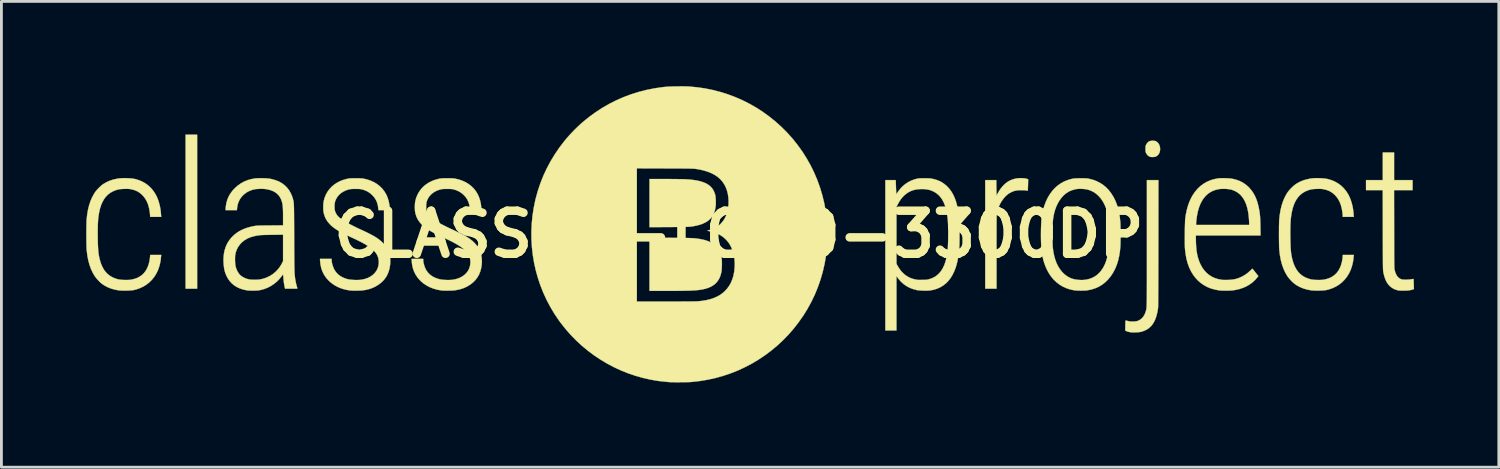
<source format=kicad_pcb>
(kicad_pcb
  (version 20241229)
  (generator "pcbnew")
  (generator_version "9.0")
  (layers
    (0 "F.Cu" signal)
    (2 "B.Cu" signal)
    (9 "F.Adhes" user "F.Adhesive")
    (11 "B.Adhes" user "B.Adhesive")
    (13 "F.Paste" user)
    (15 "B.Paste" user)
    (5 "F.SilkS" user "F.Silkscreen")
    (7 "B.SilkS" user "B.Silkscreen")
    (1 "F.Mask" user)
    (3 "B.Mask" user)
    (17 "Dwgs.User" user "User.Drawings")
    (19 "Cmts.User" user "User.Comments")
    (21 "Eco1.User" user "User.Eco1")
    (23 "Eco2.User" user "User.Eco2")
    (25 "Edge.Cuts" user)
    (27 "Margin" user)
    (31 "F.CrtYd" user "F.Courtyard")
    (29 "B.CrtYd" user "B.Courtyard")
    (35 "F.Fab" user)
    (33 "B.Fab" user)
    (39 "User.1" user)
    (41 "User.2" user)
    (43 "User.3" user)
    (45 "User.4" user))
  (footprint "CLASSBP-LOGO-3300DPI"
    (layer "F.Cu")
    (at 23.45 5.238)
    (property "Reference" "CLASSBP-LOGO-3300DPI" (at 0 0 0) (layer "F.SilkS") (effects (font (size 1.524 1.524) (thickness 0.3))))
    (attr through_hole)
    (fp_poly (pts (xy -19.527 1.924) (xy -19.935 1.924) (xy -19.935 -3.525) (xy -19.527 -3.525) (xy -19.527 1.924)) (stroke (width 0.01) (type solid)) (fill yes) (layer "F.SilkS"))
    (fp_poly (pts (xy 14.312 -3.308) (xy 14.352 -3.303) (xy 14.369 -3.299) (xy 14.417 -3.275) (xy 14.458 -3.239) (xy 14.492 -3.194) (xy 14.517 -3.14) (xy 14.532 -3.081) (xy 14.538 -3.019) (xy 14.533 -2.955) (xy 14.516 -2.892) (xy 14.515 -2.889) (xy 14.494 -2.848) (xy 14.464 -2.809) (xy 14.427 -2.775) (xy 14.389 -2.751) (xy 14.375 -2.745) (xy 14.347 -2.739) (xy 14.309 -2.735) (xy 14.268 -2.733) (xy 14.229 -2.734) (xy 14.197 -2.737) (xy 14.185 -2.74) (xy 14.136 -2.763) (xy 14.092 -2.799) (xy 14.056 -2.848) (xy 14.042 -2.875) (xy 14.033 -2.895) (xy 14.027 -2.913) (xy 14.023 -2.932) (xy 14.021 -2.956) (xy 14.02 -2.99) (xy 14.02 -3.021) (xy 14.02 -3.063) (xy 14.021 -3.094) (xy 14.024 -3.116) (xy 14.028 -3.135) (xy 14.035 -3.152) (xy 14.04 -3.164) (xy 14.068 -3.211) (xy 14.102 -3.252) (xy 14.139 -3.282) (xy 14.15 -3.289) (xy 14.181 -3.299) (xy 14.221 -3.306) (xy 14.266 -3.309) (xy 14.312 -3.308)) (stroke (width 0.01) (type solid)) (fill yes) (layer "F.SilkS"))
    (fp_poly (pts (xy -2.965 -1.955) (xy -2.869 -1.955) (xy -2.774 -1.955) (xy -2.681 -1.954) (xy -2.593 -1.953) (xy -2.51 -1.952) (xy -2.435 -1.952) (xy -2.37 -1.95) (xy -2.316 -1.949) (xy -2.274 -1.948) (xy -2.255 -1.947) (xy -2.1 -1.936) (xy -1.959 -1.92) (xy -1.831 -1.899) (xy -1.717 -1.872) (xy -1.615 -1.839) (xy -1.524 -1.8) (xy -1.446 -1.754) (xy -1.378 -1.701) (xy -1.321 -1.642) (xy -1.274 -1.575) (xy -1.236 -1.5) (xy -1.207 -1.418) (xy -1.2 -1.392) (xy -1.192 -1.35) (xy -1.186 -1.297) (xy -1.181 -1.236) (xy -1.179 -1.171) (xy -1.178 -1.107) (xy -1.18 -1.047) (xy -1.184 -0.995) (xy -1.185 -0.99) (xy -1.204 -0.881) (xy -1.233 -0.783) (xy -1.272 -0.693) (xy -1.321 -0.613) (xy -1.381 -0.542) (xy -1.453 -0.479) (xy -1.537 -0.425) (xy -1.633 -0.378) (xy -1.741 -0.339) (xy -1.863 -0.307) (xy -1.998 -0.281) (xy -2.063 -0.272) (xy -2.082 -0.27) (xy -2.104 -0.268) (xy -2.13 -0.266) (xy -2.161 -0.265) (xy -2.197 -0.263) (xy -2.241 -0.262) (xy -2.292 -0.261) (xy -2.353 -0.26) (xy -2.423 -0.259) (xy -2.505 -0.258) (xy -2.598 -0.258) (xy -2.705 -0.257) (xy -2.826 -0.256) (xy -2.842 -0.256) (xy -3.525 -0.253) (xy -3.525 -1.955) (xy -2.965 -1.955)) (stroke (width 0.01) (type solid)) (fill yes) (layer "F.SilkS"))
    (fp_poly (pts (xy -2.792 0.125) (xy -2.66 0.126) (xy -2.543 0.127) (xy -2.438 0.127) (xy -2.346 0.128) (xy -2.264 0.129) (xy -2.192 0.13) (xy -2.129 0.132) (xy -2.073 0.134) (xy -2.023 0.136) (xy -1.979 0.138) (xy -1.938 0.141) (xy -1.9 0.145) (xy -1.865 0.149) (xy -1.829 0.154) (xy -1.793 0.159) (xy -1.756 0.165) (xy -1.725 0.17) (xy -1.594 0.197) (xy -1.476 0.234) (xy -1.37 0.279) (xy -1.276 0.334) (xy -1.195 0.398) (xy -1.126 0.471) (xy -1.069 0.553) (xy -1.025 0.644) (xy -1.006 0.698) (xy -0.99 0.755) (xy -0.978 0.814) (xy -0.97 0.877) (xy -0.965 0.947) (xy -0.963 1.028) (xy -0.964 1.105) (xy -0.966 1.169) (xy -0.969 1.222) (xy -0.972 1.265) (xy -0.976 1.301) (xy -0.982 1.334) (xy -0.985 1.349) (xy -1.011 1.448) (xy -1.043 1.534) (xy -1.084 1.61) (xy -1.133 1.679) (xy -1.161 1.71) (xy -1.219 1.766) (xy -1.281 1.812) (xy -1.35 1.852) (xy -1.428 1.886) (xy -1.48 1.905) (xy -1.524 1.919) (xy -1.569 1.931) (xy -1.616 1.942) (xy -1.666 1.952) (xy -1.72 1.961) (xy -1.778 1.969) (xy -1.843 1.976) (xy -1.914 1.982) (xy -1.993 1.986) (xy -2.08 1.991) (xy -2.177 1.994) (xy -2.284 1.996) (xy -2.402 1.998) (xy -2.533 2) (xy -2.676 2.001) (xy -2.834 2.001) (xy -2.908 2.001) (xy -3.525 2.001) (xy -3.525 0.122) (xy -2.792 0.125)) (stroke (width 0.01) (type solid)) (fill yes) (layer "F.SilkS"))
    (fp_poly (pts (xy 9.702 -1.983) (xy 9.76 -1.976) (xy 9.81 -1.966) (xy 9.848 -1.954) (xy 9.848 -1.954) (xy 9.87 -1.944) (xy 9.865 -1.744) (xy 9.863 -1.69) (xy 9.862 -1.642) (xy 9.861 -1.601) (xy 9.859 -1.569) (xy 9.858 -1.549) (xy 9.858 -1.543) (xy 9.85 -1.543) (xy 9.83 -1.546) (xy 9.802 -1.549) (xy 9.783 -1.552) (xy 9.73 -1.558) (xy 9.668 -1.561) (xy 9.603 -1.561) (xy 9.539 -1.559) (xy 9.479 -1.553) (xy 9.427 -1.546) (xy 9.402 -1.54) (xy 9.341 -1.52) (xy 9.275 -1.491) (xy 9.213 -1.458) (xy 9.158 -1.423) (xy 9.152 -1.418) (xy 9.072 -1.349) (xy 8.999 -1.266) (xy 8.932 -1.172) (xy 8.873 -1.068) (xy 8.822 -0.956) (xy 8.781 -0.836) (xy 8.767 -0.786) (xy 8.765 -0.778) (xy 8.763 -0.77) (xy 8.762 -0.761) (xy 8.76 -0.75) (xy 8.759 -0.737) (xy 8.758 -0.721) (xy 8.757 -0.701) (xy 8.756 -0.676) (xy 8.755 -0.647) (xy 8.754 -0.611) (xy 8.754 -0.569) (xy 8.753 -0.52) (xy 8.753 -0.462) (xy 8.752 -0.396) (xy 8.752 -0.32) (xy 8.752 -0.235) (xy 8.752 -0.138) (xy 8.752 -0.03) (xy 8.752 0.091) (xy 8.751 0.224) (xy 8.751 0.371) (xy 8.751 0.533) (xy 8.751 0.6) (xy 8.751 1.924) (xy 8.351 1.924) (xy 8.351 -1.917) (xy 8.744 -1.917) (xy 8.744 -1.806) (xy 8.744 -1.762) (xy 8.745 -1.708) (xy 8.746 -1.647) (xy 8.747 -1.586) (xy 8.749 -1.534) (xy 8.754 -1.372) (xy 8.788 -1.438) (xy 8.848 -1.543) (xy 8.916 -1.64) (xy 8.989 -1.725) (xy 9.068 -1.8) (xy 9.15 -1.86) (xy 9.187 -1.882) (xy 9.24 -1.909) (xy 9.303 -1.934) (xy 9.369 -1.955) (xy 9.432 -1.971) (xy 9.449 -1.974) (xy 9.509 -1.982) (xy 9.573 -1.986) (xy 9.638 -1.986) (xy 9.702 -1.983)) (stroke (width 0.01) (type solid)) (fill yes) (layer "F.SilkS"))
    (fp_poly (pts (xy 22.814 -1.917) (xy 23.468 -1.917) (xy 23.468 -1.562) (xy 22.813 -1.562) (xy 22.816 -0.183) (xy 22.816 -0.012) (xy 22.816 0.144) (xy 22.817 0.287) (xy 22.817 0.416) (xy 22.817 0.532) (xy 22.818 0.636) (xy 22.818 0.73) (xy 22.818 0.812) (xy 22.819 0.885) (xy 22.819 0.949) (xy 22.82 1.004) (xy 22.82 1.052) (xy 22.821 1.092) (xy 22.822 1.127) (xy 22.823 1.155) (xy 22.824 1.179) (xy 22.825 1.199) (xy 22.826 1.214) (xy 22.827 1.228) (xy 22.829 1.239) (xy 22.83 1.248) (xy 22.832 1.257) (xy 22.834 1.266) (xy 22.834 1.266) (xy 22.859 1.353) (xy 22.89 1.426) (xy 22.926 1.485) (xy 22.97 1.533) (xy 23.021 1.569) (xy 23.07 1.591) (xy 23.1 1.598) (xy 23.142 1.602) (xy 23.191 1.605) (xy 23.247 1.605) (xy 23.303 1.603) (xy 23.359 1.599) (xy 23.409 1.593) (xy 23.424 1.59) (xy 23.456 1.585) (xy 23.482 1.581) (xy 23.498 1.579) (xy 23.502 1.579) (xy 23.503 1.587) (xy 23.504 1.609) (xy 23.506 1.641) (xy 23.507 1.682) (xy 23.509 1.73) (xy 23.51 1.76) (xy 23.515 1.938) (xy 23.466 1.955) (xy 23.406 1.971) (xy 23.337 1.983) (xy 23.257 1.99) (xy 23.164 1.992) (xy 23.137 1.992) (xy 23.092 1.992) (xy 23.051 1.991) (xy 23.017 1.99) (xy 22.993 1.989) (xy 22.983 1.988) (xy 22.94 1.979) (xy 22.891 1.965) (xy 22.844 1.948) (xy 22.806 1.932) (xy 22.804 1.931) (xy 22.73 1.887) (xy 22.664 1.835) (xy 22.607 1.773) (xy 22.557 1.7) (xy 22.515 1.616) (xy 22.479 1.519) (xy 22.449 1.41) (xy 22.435 1.343) (xy 22.433 1.333) (xy 22.431 1.322) (xy 22.429 1.311) (xy 22.428 1.299) (xy 22.426 1.285) (xy 22.425 1.269) (xy 22.424 1.249) (xy 22.423 1.225) (xy 22.422 1.196) (xy 22.421 1.162) (xy 22.42 1.122) (xy 22.42 1.075) (xy 22.419 1.021) (xy 22.419 0.959) (xy 22.418 0.887) (xy 22.418 0.806) (xy 22.418 0.715) (xy 22.417 0.613) (xy 22.417 0.499) (xy 22.417 0.373) (xy 22.416 0.233) (xy 22.416 0.08) (xy 22.416 -0.087) (xy 22.416 -0.152) (xy 22.413 -1.562) (xy 21.821 -1.562) (xy 21.821 -1.917) (xy 22.414 -1.917) (xy 22.414 -2.894) (xy 22.814 -2.894) (xy 22.814 -1.917)) (stroke (width 0.01) (type solid)) (fill yes) (layer "F.SilkS"))
    (fp_poly (pts (xy 14.476 0.314) (xy 14.475 0.546) (xy 14.475 0.764) (xy 14.475 0.966) (xy 14.474 1.155) (xy 14.474 1.33) (xy 14.474 1.492) (xy 14.473 1.641) (xy 14.473 1.778) (xy 14.472 1.902) (xy 14.472 2.015) (xy 14.471 2.116) (xy 14.471 2.207) (xy 14.47 2.288) (xy 14.47 2.359) (xy 14.469 2.42) (xy 14.468 2.472) (xy 14.467 2.515) (xy 14.467 2.55) (xy 14.466 2.577) (xy 14.465 2.597) (xy 14.464 2.61) (xy 14.464 2.613) (xy 14.441 2.751) (xy 14.411 2.875) (xy 14.374 2.987) (xy 14.33 3.085) (xy 14.278 3.172) (xy 14.219 3.247) (xy 14.15 3.311) (xy 14.073 3.365) (xy 13.987 3.408) (xy 13.891 3.442) (xy 13.869 3.448) (xy 13.831 3.456) (xy 13.782 3.462) (xy 13.726 3.466) (xy 13.666 3.469) (xy 13.606 3.47) (xy 13.55 3.469) (xy 13.502 3.466) (xy 13.465 3.46) (xy 13.463 3.46) (xy 13.431 3.452) (xy 13.395 3.442) (xy 13.362 3.431) (xy 13.333 3.421) (xy 13.314 3.413) (xy 13.311 3.412) (xy 13.308 3.405) (xy 13.306 3.388) (xy 13.305 3.36) (xy 13.305 3.32) (xy 13.305 3.267) (xy 13.306 3.226) (xy 13.308 3.169) (xy 13.309 3.126) (xy 13.31 3.094) (xy 13.312 3.073) (xy 13.314 3.059) (xy 13.317 3.052) (xy 13.32 3.05) (xy 13.325 3.05) (xy 13.327 3.05) (xy 13.38 3.063) (xy 13.421 3.072) (xy 13.454 3.079) (xy 13.481 3.083) (xy 13.505 3.085) (xy 13.53 3.086) (xy 13.559 3.085) (xy 13.593 3.084) (xy 13.642 3.082) (xy 13.679 3.079) (xy 13.709 3.074) (xy 13.735 3.067) (xy 13.746 3.063) (xy 13.816 3.03) (xy 13.878 2.985) (xy 13.933 2.927) (xy 13.978 2.857) (xy 14.014 2.778) (xy 14.031 2.725) (xy 14.035 2.711) (xy 14.038 2.699) (xy 14.042 2.687) (xy 14.045 2.674) (xy 14.048 2.662) (xy 14.05 2.648) (xy 14.053 2.633) (xy 14.055 2.615) (xy 14.057 2.595) (xy 14.059 2.571) (xy 14.06 2.544) (xy 14.062 2.512) (xy 14.063 2.475) (xy 14.064 2.433) (xy 14.065 2.384) (xy 14.066 2.329) (xy 14.067 2.267) (xy 14.068 2.198) (xy 14.068 2.12) (xy 14.069 2.033) (xy 14.069 1.938) (xy 14.069 1.832) (xy 14.07 1.716) (xy 14.07 1.589) (xy 14.07 1.451) (xy 14.07 1.3) (xy 14.07 1.137) (xy 14.07 0.961) (xy 14.07 0.771) (xy 14.07 0.567) (xy 14.07 0.349) (xy 14.07 0.298) (xy 14.07 -1.917) (xy 14.478 -1.917) (xy 14.476 0.314)) (stroke (width 0.01) (type solid)) (fill yes) (layer "F.SilkS"))
    (fp_poly (pts (xy 6.262 -1.982) (xy 6.312 -1.981) (xy 6.352 -1.98) (xy 6.385 -1.978) (xy 6.414 -1.975) (xy 6.441 -1.972) (xy 6.469 -1.966) (xy 6.477 -1.965) (xy 6.596 -1.935) (xy 6.704 -1.897) (xy 6.803 -1.848) (xy 6.894 -1.788) (xy 6.981 -1.717) (xy 7.012 -1.686) (xy 7.088 -1.603) (xy 7.155 -1.51) (xy 7.215 -1.408) (xy 7.267 -1.295) (xy 7.313 -1.172) (xy 7.351 -1.036) (xy 7.383 -0.888) (xy 7.409 -0.727) (xy 7.424 -0.6) (xy 7.428 -0.559) (xy 7.431 -0.504) (xy 7.434 -0.437) (xy 7.436 -0.362) (xy 7.438 -0.28) (xy 7.44 -0.193) (xy 7.441 -0.103) (xy 7.442 -0.013) (xy 7.442 0.076) (xy 7.442 0.161) (xy 7.441 0.241) (xy 7.44 0.312) (xy 7.438 0.374) (xy 7.436 0.419) (xy 7.422 0.601) (xy 7.401 0.77) (xy 7.373 0.926) (xy 7.339 1.07) (xy 7.297 1.203) (xy 7.248 1.326) (xy 7.192 1.439) (xy 7.131 1.539) (xy 7.054 1.64) (xy 6.968 1.729) (xy 6.873 1.805) (xy 6.77 1.869) (xy 6.658 1.921) (xy 6.538 1.959) (xy 6.41 1.984) (xy 6.394 1.986) (xy 6.345 1.99) (xy 6.285 1.993) (xy 6.219 1.993) (xy 6.15 1.992) (xy 6.082 1.988) (xy 6.019 1.984) (xy 5.963 1.978) (xy 5.923 1.971) (xy 5.794 1.936) (xy 5.675 1.89) (xy 5.565 1.831) (xy 5.464 1.76) (xy 5.371 1.676) (xy 5.286 1.579) (xy 5.248 1.529) (xy 5.211 1.475) (xy 5.211 3.402) (xy 4.818 3.402) (xy 4.818 -0.968) (xy 5.211 -0.968) (xy 5.211 1.043) (xy 5.252 1.117) (xy 5.319 1.226) (xy 5.394 1.321) (xy 5.476 1.403) (xy 5.565 1.471) (xy 5.653 1.522) (xy 5.7 1.543) (xy 5.748 1.562) (xy 5.801 1.578) (xy 5.863 1.593) (xy 5.936 1.608) (xy 5.957 1.612) (xy 5.971 1.613) (xy 5.997 1.613) (xy 6.033 1.614) (xy 6.077 1.613) (xy 6.125 1.613) (xy 6.131 1.613) (xy 6.186 1.612) (xy 6.229 1.611) (xy 6.263 1.609) (xy 6.291 1.605) (xy 6.317 1.601) (xy 6.343 1.595) (xy 6.359 1.591) (xy 6.463 1.556) (xy 6.558 1.51) (xy 6.643 1.452) (xy 6.72 1.381) (xy 6.789 1.298) (xy 6.849 1.202) (xy 6.9 1.094) (xy 6.943 0.973) (xy 6.976 0.846) (xy 6.989 0.785) (xy 7.001 0.726) (xy 7.01 0.668) (xy 7.018 0.608) (xy 7.024 0.544) (xy 7.029 0.475) (xy 7.033 0.398) (xy 7.036 0.312) (xy 7.039 0.214) (xy 7.04 0.115) (xy 7.041 -0.036) (xy 7.041 -0.174) (xy 7.038 -0.297) (xy 7.033 -0.408) (xy 7.027 -0.507) (xy 7.018 -0.595) (xy 7.015 -0.616) (xy 6.992 -0.765) (xy 6.962 -0.9) (xy 6.925 -1.022) (xy 6.88 -1.132) (xy 6.829 -1.229) (xy 6.77 -1.314) (xy 6.703 -1.387) (xy 6.628 -1.45) (xy 6.545 -1.502) (xy 6.533 -1.508) (xy 6.456 -1.543) (xy 6.378 -1.57) (xy 6.295 -1.587) (xy 6.206 -1.598) (xy 6.105 -1.601) (xy 6.104 -1.601) (xy 5.983 -1.595) (xy 5.872 -1.579) (xy 5.769 -1.55) (xy 5.674 -1.509) (xy 5.584 -1.455) (xy 5.5 -1.388) (xy 5.461 -1.351) (xy 5.383 -1.263) (xy 5.313 -1.161) (xy 5.252 -1.051) (xy 5.211 -0.968) (xy 4.818 -0.968) (xy 4.818 -1.917) (xy 5.186 -1.917) (xy 5.191 -1.741) (xy 5.193 -1.685) (xy 5.195 -1.629) (xy 5.197 -1.577) (xy 5.199 -1.531) (xy 5.201 -1.497) (xy 5.202 -1.49) (xy 5.207 -1.413) (xy 5.237 -1.462) (xy 5.263 -1.502) (xy 5.297 -1.547) (xy 5.334 -1.594) (xy 5.372 -1.638) (xy 5.407 -1.677) (xy 5.432 -1.701) (xy 5.53 -1.782) (xy 5.632 -1.849) (xy 5.74 -1.902) (xy 5.855 -1.944) (xy 5.921 -1.961) (xy 5.949 -1.968) (xy 5.973 -1.972) (xy 5.997 -1.976) (xy 6.023 -1.979) (xy 6.053 -1.98) (xy 6.09 -1.981) (xy 6.138 -1.982) (xy 6.198 -1.982) (xy 6.2 -1.982) (xy 6.262 -1.982)) (stroke (width 0.01) (type solid)) (fill yes) (layer "F.SilkS"))
    (fp_poly (pts (xy 16.851 -1.984) (xy 16.921 -1.981) (xy 16.987 -1.977) (xy 17.046 -1.971) (xy 17.093 -1.964) (xy 17.097 -1.963) (xy 17.226 -1.931) (xy 17.344 -1.889) (xy 17.452 -1.835) (xy 17.552 -1.77) (xy 17.645 -1.692) (xy 17.686 -1.651) (xy 17.764 -1.561) (xy 17.833 -1.463) (xy 17.892 -1.356) (xy 17.944 -1.238) (xy 17.987 -1.109) (xy 18.022 -0.968) (xy 18.037 -0.892) (xy 18.048 -0.83) (xy 18.057 -0.772) (xy 18.064 -0.714) (xy 18.071 -0.655) (xy 18.075 -0.591) (xy 18.079 -0.522) (xy 18.082 -0.443) (xy 18.084 -0.354) (xy 18.086 -0.264) (xy 18.09 0.038) (xy 15.802 0.038) (xy 15.802 0.144) (xy 15.805 0.295) (xy 15.812 0.433) (xy 15.824 0.56) (xy 15.842 0.676) (xy 15.865 0.784) (xy 15.894 0.885) (xy 15.929 0.981) (xy 15.967 1.066) (xy 16.029 1.178) (xy 16.1 1.277) (xy 16.18 1.364) (xy 16.269 1.438) (xy 16.367 1.5) (xy 16.474 1.549) (xy 16.589 1.585) (xy 16.714 1.609) (xy 16.715 1.609) (xy 16.756 1.613) (xy 16.81 1.615) (xy 16.874 1.615) (xy 16.929 1.614) (xy 17.027 1.609) (xy 17.114 1.6) (xy 17.193 1.585) (xy 17.269 1.564) (xy 17.345 1.536) (xy 17.426 1.499) (xy 17.43 1.498) (xy 17.536 1.438) (xy 17.635 1.367) (xy 17.724 1.287) (xy 17.751 1.261) (xy 17.775 1.239) (xy 17.792 1.224) (xy 17.801 1.217) (xy 17.802 1.216) (xy 17.808 1.222) (xy 17.822 1.239) (xy 17.842 1.264) (xy 17.868 1.295) (xy 17.897 1.332) (xy 17.909 1.348) (xy 18.012 1.479) (xy 17.992 1.505) (xy 17.904 1.608) (xy 17.807 1.699) (xy 17.699 1.778) (xy 17.583 1.845) (xy 17.456 1.899) (xy 17.321 1.942) (xy 17.175 1.973) (xy 17.116 1.982) (xy 17.069 1.986) (xy 17.01 1.99) (xy 16.944 1.992) (xy 16.875 1.993) (xy 16.805 1.992) (xy 16.739 1.991) (xy 16.679 1.988) (xy 16.63 1.983) (xy 16.618 1.982) (xy 16.471 1.954) (xy 16.333 1.915) (xy 16.204 1.863) (xy 16.085 1.798) (xy 15.974 1.721) (xy 15.872 1.632) (xy 15.779 1.53) (xy 15.701 1.424) (xy 15.629 1.305) (xy 15.567 1.176) (xy 15.516 1.037) (xy 15.474 0.886) (xy 15.443 0.724) (xy 15.421 0.551) (xy 15.417 0.507) (xy 15.414 0.471) (xy 15.413 0.423) (xy 15.411 0.363) (xy 15.411 0.295) (xy 15.41 0.22) (xy 15.41 0.139) (xy 15.41 0.055) (xy 15.411 -0.031) (xy 15.412 -0.117) (xy 15.413 -0.2) (xy 15.415 -0.28) (xy 15.416 -0.331) (xy 15.81 -0.331) (xy 17.688 -0.331) (xy 17.688 -0.379) (xy 17.685 -0.477) (xy 17.677 -0.582) (xy 17.666 -0.687) (xy 17.651 -0.79) (xy 17.632 -0.884) (xy 17.622 -0.928) (xy 17.585 -1.052) (xy 17.539 -1.164) (xy 17.484 -1.263) (xy 17.421 -1.349) (xy 17.349 -1.423) (xy 17.268 -1.485) (xy 17.178 -1.535) (xy 17.079 -1.573) (xy 17.042 -1.583) (xy 16.992 -1.593) (xy 16.932 -1.601) (xy 16.865 -1.606) (xy 16.795 -1.608) (xy 16.727 -1.608) (xy 16.665 -1.604) (xy 16.638 -1.601) (xy 16.524 -1.578) (xy 16.418 -1.543) (xy 16.32 -1.494) (xy 16.23 -1.433) (xy 16.149 -1.359) (xy 16.076 -1.272) (xy 16.012 -1.173) (xy 15.956 -1.062) (xy 15.909 -0.937) (xy 15.87 -0.801) (xy 15.841 -0.653) (xy 15.82 -0.492) (xy 15.818 -0.47) (xy 15.814 -0.432) (xy 15.812 -0.397) (xy 15.81 -0.37) (xy 15.81 -0.356) (xy 15.81 -0.331) (xy 15.416 -0.331) (xy 15.417 -0.354) (xy 15.419 -0.42) (xy 15.421 -0.477) (xy 15.423 -0.523) (xy 15.426 -0.556) (xy 15.427 -0.562) (xy 15.452 -0.721) (xy 15.483 -0.868) (xy 15.521 -1.004) (xy 15.565 -1.13) (xy 15.617 -1.249) (xy 15.677 -1.361) (xy 15.691 -1.384) (xy 15.771 -1.502) (xy 15.86 -1.608) (xy 15.958 -1.702) (xy 16.065 -1.782) (xy 16.179 -1.85) (xy 16.301 -1.905) (xy 16.431 -1.946) (xy 16.568 -1.974) (xy 16.604 -1.979) (xy 16.654 -1.983) (xy 16.714 -1.985) (xy 16.781 -1.986) (xy 16.851 -1.984)) (stroke (width 0.01) (type solid)) (fill yes) (layer "F.SilkS"))
    (fp_poly (pts (xy -22.041 -1.986) (xy -21.955 -1.983) (xy -21.871 -1.977) (xy -21.794 -1.968) (xy -21.726 -1.956) (xy -21.702 -1.95) (xy -21.575 -1.911) (xy -21.456 -1.859) (xy -21.345 -1.794) (xy -21.243 -1.717) (xy -21.151 -1.627) (xy -21.068 -1.526) (xy -20.998 -1.417) (xy -20.949 -1.321) (xy -20.906 -1.214) (xy -20.87 -1.099) (xy -20.841 -0.98) (xy -20.82 -0.86) (xy -20.809 -0.754) (xy -20.807 -0.718) (xy -20.804 -0.683) (xy -20.801 -0.656) (xy -20.8 -0.648) (xy -20.796 -0.616) (xy -21.19 -0.616) (xy -21.19 -0.654) (xy -21.191 -0.677) (xy -21.194 -0.711) (xy -21.198 -0.75) (xy -21.201 -0.781) (xy -21.223 -0.907) (xy -21.252 -1.022) (xy -21.289 -1.125) (xy -21.336 -1.218) (xy -21.392 -1.303) (xy -21.458 -1.38) (xy -21.462 -1.384) (xy -21.537 -1.452) (xy -21.618 -1.507) (xy -21.706 -1.55) (xy -21.804 -1.581) (xy -21.906 -1.602) (xy -21.943 -1.605) (xy -21.991 -1.607) (xy -22.046 -1.607) (xy -22.105 -1.606) (xy -22.163 -1.604) (xy -22.218 -1.6) (xy -22.264 -1.596) (xy -22.3 -1.59) (xy -22.302 -1.59) (xy -22.412 -1.559) (xy -22.512 -1.517) (xy -22.603 -1.465) (xy -22.685 -1.401) (xy -22.758 -1.326) (xy -22.822 -1.239) (xy -22.877 -1.14) (xy -22.925 -1.029) (xy -22.964 -0.905) (xy -22.995 -0.768) (xy -23.013 -0.658) (xy -23.022 -0.588) (xy -23.03 -0.511) (xy -23.035 -0.427) (xy -23.04 -0.335) (xy -23.042 -0.233) (xy -23.043 -0.119) (xy -23.043 0.007) (xy -23.042 0.115) (xy -23.04 0.233) (xy -23.038 0.336) (xy -23.034 0.428) (xy -23.03 0.509) (xy -23.024 0.583) (xy -23.017 0.65) (xy -23.009 0.712) (xy -22.999 0.771) (xy -22.986 0.83) (xy -22.972 0.889) (xy -22.968 0.906) (xy -22.93 1.031) (xy -22.883 1.143) (xy -22.829 1.243) (xy -22.765 1.33) (xy -22.692 1.406) (xy -22.61 1.47) (xy -22.518 1.523) (xy -22.417 1.565) (xy -22.314 1.595) (xy -22.269 1.602) (xy -22.214 1.609) (xy -22.15 1.613) (xy -22.083 1.615) (xy -22.017 1.616) (xy -21.954 1.614) (xy -21.898 1.61) (xy -21.87 1.606) (xy -21.756 1.581) (xy -21.653 1.545) (xy -21.56 1.498) (xy -21.478 1.439) (xy -21.405 1.369) (xy -21.343 1.287) (xy -21.291 1.193) (xy -21.249 1.088) (xy -21.218 0.972) (xy -21.216 0.962) (xy -21.208 0.918) (xy -21.2 0.87) (xy -21.195 0.825) (xy -21.193 0.802) (xy -21.187 0.731) (xy -20.797 0.731) (xy -20.8 0.756) (xy -20.803 0.776) (xy -20.806 0.805) (xy -20.809 0.838) (xy -20.809 0.843) (xy -20.813 0.876) (xy -20.818 0.919) (xy -20.826 0.964) (xy -20.832 0.998) (xy -20.866 1.137) (xy -20.912 1.268) (xy -20.971 1.39) (xy -21.041 1.502) (xy -21.122 1.604) (xy -21.213 1.696) (xy -21.315 1.777) (xy -21.426 1.846) (xy -21.547 1.903) (xy -21.676 1.949) (xy -21.766 1.971) (xy -21.806 1.978) (xy -21.857 1.983) (xy -21.918 1.987) (xy -21.984 1.99) (xy -22.053 1.991) (xy -22.122 1.991) (xy -22.188 1.99) (xy -22.247 1.987) (xy -22.296 1.983) (xy -22.306 1.982) (xy -22.447 1.955) (xy -22.58 1.917) (xy -22.703 1.866) (xy -22.818 1.803) (xy -22.896 1.75) (xy -22.945 1.709) (xy -22.999 1.657) (xy -23.052 1.6) (xy -23.102 1.541) (xy -23.145 1.484) (xy -23.152 1.473) (xy -23.223 1.352) (xy -23.284 1.22) (xy -23.336 1.075) (xy -23.378 0.918) (xy -23.41 0.75) (xy -23.432 0.57) (xy -23.437 0.516) (xy -23.439 0.483) (xy -23.44 0.436) (xy -23.442 0.378) (xy -23.443 0.311) (xy -23.444 0.236) (xy -23.444 0.155) (xy -23.445 0.071) (xy -23.445 -0.015) (xy -23.445 -0.1) (xy -23.444 -0.183) (xy -23.443 -0.261) (xy -23.442 -0.333) (xy -23.441 -0.397) (xy -23.44 -0.45) (xy -23.438 -0.491) (xy -23.437 -0.508) (xy -23.417 -0.692) (xy -23.388 -0.864) (xy -23.349 -1.024) (xy -23.3 -1.172) (xy -23.241 -1.309) (xy -23.172 -1.435) (xy -23.148 -1.472) (xy -23.109 -1.526) (xy -23.061 -1.582) (xy -23.008 -1.639) (xy -22.952 -1.693) (xy -22.896 -1.741) (xy -22.846 -1.779) (xy -22.841 -1.781) (xy -22.731 -1.845) (xy -22.614 -1.897) (xy -22.488 -1.937) (xy -22.352 -1.967) (xy -22.275 -1.978) (xy -22.205 -1.984) (xy -22.125 -1.987) (xy -22.041 -1.986)) (stroke (width 0.01) (type solid)) (fill yes) (layer "F.SilkS"))
    (fp_poly (pts (xy 20.146 -1.986) (xy 20.232 -1.983) (xy 20.316 -1.977) (xy 20.393 -1.968) (xy 20.461 -1.956) (xy 20.485 -1.95) (xy 20.612 -1.911) (xy 20.731 -1.859) (xy 20.842 -1.794) (xy 20.944 -1.717) (xy 21.036 -1.627) (xy 21.119 -1.526) (xy 21.19 -1.417) (xy 21.238 -1.321) (xy 21.281 -1.214) (xy 21.317 -1.099) (xy 21.347 -0.98) (xy 21.367 -0.86) (xy 21.378 -0.754) (xy 21.381 -0.718) (xy 21.383 -0.683) (xy 21.386 -0.656) (xy 21.387 -0.648) (xy 21.391 -0.616) (xy 20.997 -0.616) (xy 20.997 -0.654) (xy 20.996 -0.677) (xy 20.994 -0.711) (xy 20.989 -0.75) (xy 20.986 -0.781) (xy 20.964 -0.907) (xy 20.935 -1.022) (xy 20.898 -1.125) (xy 20.851 -1.218) (xy 20.795 -1.303) (xy 20.729 -1.38) (xy 20.725 -1.384) (xy 20.65 -1.452) (xy 20.569 -1.507) (xy 20.481 -1.55) (xy 20.383 -1.581) (xy 20.281 -1.602) (xy 20.244 -1.605) (xy 20.196 -1.607) (xy 20.141 -1.607) (xy 20.082 -1.606) (xy 20.024 -1.604) (xy 19.969 -1.6) (xy 19.923 -1.596) (xy 19.887 -1.59) (xy 19.885 -1.59) (xy 19.775 -1.559) (xy 19.675 -1.517) (xy 19.584 -1.465) (xy 19.502 -1.401) (xy 19.429 -1.326) (xy 19.365 -1.239) (xy 19.31 -1.14) (xy 19.262 -1.029) (xy 19.223 -0.905) (xy 19.192 -0.768) (xy 19.174 -0.658) (xy 19.165 -0.588) (xy 19.157 -0.511) (xy 19.152 -0.427) (xy 19.148 -0.335) (xy 19.145 -0.233) (xy 19.144 -0.119) (xy 19.144 0.007) (xy 19.145 0.115) (xy 19.147 0.233) (xy 19.149 0.336) (xy 19.153 0.428) (xy 19.157 0.509) (xy 19.163 0.583) (xy 19.17 0.65) (xy 19.178 0.712) (xy 19.189 0.771) (xy 19.201 0.83) (xy 19.215 0.889) (xy 19.219 0.906) (xy 19.257 1.031) (xy 19.304 1.143) (xy 19.359 1.243) (xy 19.422 1.33) (xy 19.495 1.406) (xy 19.577 1.47) (xy 19.669 1.523) (xy 19.771 1.565) (xy 19.874 1.595) (xy 19.918 1.602) (xy 19.973 1.609) (xy 20.037 1.613) (xy 20.104 1.615) (xy 20.171 1.616) (xy 20.233 1.614) (xy 20.289 1.61) (xy 20.317 1.606) (xy 20.431 1.581) (xy 20.534 1.545) (xy 20.627 1.498) (xy 20.709 1.439) (xy 20.782 1.369) (xy 20.844 1.287) (xy 20.896 1.193) (xy 20.938 1.088) (xy 20.969 0.972) (xy 20.971 0.962) (xy 20.979 0.918) (xy 20.987 0.87) (xy 20.992 0.825) (xy 20.995 0.802) (xy 21 0.731) (xy 21.391 0.731) (xy 21.387 0.756) (xy 21.384 0.776) (xy 21.381 0.805) (xy 21.378 0.838) (xy 21.378 0.843) (xy 21.375 0.876) (xy 21.369 0.919) (xy 21.361 0.964) (xy 21.355 0.998) (xy 21.321 1.137) (xy 21.275 1.268) (xy 21.216 1.39) (xy 21.146 1.502) (xy 21.065 1.604) (xy 20.974 1.696) (xy 20.872 1.777) (xy 20.761 1.846) (xy 20.64 1.903) (xy 20.511 1.949) (xy 20.421 1.971) (xy 20.381 1.978) (xy 20.33 1.983) (xy 20.269 1.987) (xy 20.203 1.99) (xy 20.134 1.991) (xy 20.065 1.991) (xy 19.999 1.99) (xy 19.94 1.987) (xy 19.891 1.983) (xy 19.881 1.982) (xy 19.74 1.955) (xy 19.607 1.917) (xy 19.484 1.866) (xy 19.369 1.803) (xy 19.292 1.75) (xy 19.242 1.709) (xy 19.188 1.657) (xy 19.135 1.6) (xy 19.085 1.541) (xy 19.042 1.484) (xy 19.035 1.473) (xy 18.964 1.352) (xy 18.903 1.22) (xy 18.851 1.075) (xy 18.809 0.918) (xy 18.777 0.75) (xy 18.755 0.57) (xy 18.75 0.516) (xy 18.749 0.488) (xy 18.747 0.446) (xy 18.746 0.393) (xy 18.745 0.33) (xy 18.744 0.26) (xy 18.743 0.184) (xy 18.742 0.104) (xy 18.742 0.022) (xy 18.742 0.004) (xy 18.742 -0.078) (xy 18.743 -0.159) (xy 18.743 -0.236) (xy 18.744 -0.308) (xy 18.746 -0.372) (xy 18.747 -0.428) (xy 18.748 -0.472) (xy 18.75 -0.503) (xy 18.75 -0.508) (xy 18.77 -0.692) (xy 18.799 -0.864) (xy 18.838 -1.024) (xy 18.887 -1.172) (xy 18.946 -1.309) (xy 19.015 -1.435) (xy 19.039 -1.472) (xy 19.078 -1.526) (xy 19.126 -1.582) (xy 19.18 -1.639) (xy 19.236 -1.693) (xy 19.291 -1.741) (xy 19.342 -1.779) (xy 19.346 -1.781) (xy 19.456 -1.845) (xy 19.573 -1.897) (xy 19.699 -1.937) (xy 19.835 -1.967) (xy 19.912 -1.978) (xy 19.982 -1.984) (xy 20.062 -1.987) (xy 20.146 -1.986)) (stroke (width 0.01) (type solid)) (fill yes) (layer "F.SilkS"))
    (fp_poly (pts (xy 11.791 -1.982) (xy 11.842 -1.981) (xy 11.884 -1.98) (xy 11.917 -1.979) (xy 11.946 -1.977) (xy 11.972 -1.973) (xy 11.998 -1.969) (xy 12.021 -1.964) (xy 12.16 -1.929) (xy 12.289 -1.881) (xy 12.41 -1.82) (xy 12.522 -1.747) (xy 12.626 -1.661) (xy 12.721 -1.562) (xy 12.807 -1.45) (xy 12.885 -1.326) (xy 12.935 -1.23) (xy 12.993 -1.093) (xy 13.042 -0.948) (xy 13.08 -0.793) (xy 13.109 -0.627) (xy 13.128 -0.451) (xy 13.131 -0.422) (xy 13.133 -0.381) (xy 13.135 -0.327) (xy 13.136 -0.263) (xy 13.137 -0.19) (xy 13.138 -0.111) (xy 13.138 -0.029) (xy 13.138 0.054) (xy 13.138 0.136) (xy 13.137 0.214) (xy 13.136 0.286) (xy 13.135 0.35) (xy 13.133 0.403) (xy 13.131 0.439) (xy 13.114 0.613) (xy 13.087 0.776) (xy 13.052 0.928) (xy 13.007 1.072) (xy 12.952 1.207) (xy 12.931 1.251) (xy 12.859 1.382) (xy 12.778 1.501) (xy 12.688 1.608) (xy 12.59 1.702) (xy 12.483 1.784) (xy 12.368 1.853) (xy 12.246 1.908) (xy 12.115 1.95) (xy 11.978 1.979) (xy 11.959 1.982) (xy 11.915 1.987) (xy 11.859 1.99) (xy 11.796 1.992) (xy 11.73 1.993) (xy 11.664 1.992) (xy 11.602 1.99) (xy 11.548 1.986) (xy 11.505 1.982) (xy 11.503 1.981) (xy 11.363 1.952) (xy 11.231 1.91) (xy 11.106 1.855) (xy 10.99 1.787) (xy 10.882 1.706) (xy 10.783 1.613) (xy 10.692 1.508) (xy 10.611 1.391) (xy 10.539 1.262) (xy 10.477 1.121) (xy 10.438 1.012) (xy 10.411 0.925) (xy 10.389 0.836) (xy 10.37 0.743) (xy 10.354 0.646) (xy 10.342 0.542) (xy 10.333 0.429) (xy 10.327 0.307) (xy 10.323 0.172) (xy 10.322 0.024) (xy 10.322 0.018) (xy 10.322 0.003) (xy 10.73 0.003) (xy 10.73 0.107) (xy 10.731 0.198) (xy 10.732 0.278) (xy 10.735 0.348) (xy 10.738 0.41) (xy 10.742 0.467) (xy 10.748 0.521) (xy 10.754 0.573) (xy 10.761 0.616) (xy 10.789 0.759) (xy 10.827 0.893) (xy 10.874 1.018) (xy 10.93 1.132) (xy 10.995 1.236) (xy 11.068 1.328) (xy 11.148 1.408) (xy 11.235 1.476) (xy 11.33 1.531) (xy 11.418 1.568) (xy 11.498 1.59) (xy 11.587 1.606) (xy 11.681 1.615) (xy 11.775 1.617) (xy 11.866 1.612) (xy 11.92 1.605) (xy 12.034 1.578) (xy 12.139 1.539) (xy 12.235 1.487) (xy 12.323 1.423) (xy 12.403 1.345) (xy 12.458 1.278) (xy 12.523 1.181) (xy 12.579 1.072) (xy 12.627 0.949) (xy 12.667 0.814) (xy 12.699 0.667) (xy 12.721 0.523) (xy 12.725 0.483) (xy 12.728 0.43) (xy 12.73 0.366) (xy 12.733 0.292) (xy 12.734 0.212) (xy 12.735 0.128) (xy 12.736 0.04) (xy 12.736 -0.048) (xy 12.735 -0.135) (xy 12.734 -0.218) (xy 12.732 -0.296) (xy 12.73 -0.365) (xy 12.727 -0.426) (xy 12.724 -0.474) (xy 12.721 -0.499) (xy 12.697 -0.652) (xy 12.665 -0.793) (xy 12.625 -0.921) (xy 12.577 -1.039) (xy 12.521 -1.147) (xy 12.455 -1.246) (xy 12.436 -1.272) (xy 12.357 -1.361) (xy 12.271 -1.437) (xy 12.177 -1.499) (xy 12.075 -1.549) (xy 11.971 -1.583) (xy 11.92 -1.593) (xy 11.859 -1.601) (xy 11.791 -1.606) (xy 11.722 -1.609) (xy 11.656 -1.608) (xy 11.597 -1.603) (xy 11.583 -1.601) (xy 11.53 -1.591) (xy 11.47 -1.575) (xy 11.409 -1.555) (xy 11.353 -1.533) (xy 11.307 -1.511) (xy 11.215 -1.453) (xy 11.129 -1.381) (xy 11.051 -1.296) (xy 10.98 -1.2) (xy 10.917 -1.092) (xy 10.862 -0.975) (xy 10.817 -0.849) (xy 10.795 -0.77) (xy 10.78 -0.707) (xy 10.767 -0.645) (xy 10.757 -0.58) (xy 10.748 -0.513) (xy 10.742 -0.44) (xy 10.737 -0.36) (xy 10.733 -0.271) (xy 10.731 -0.172) (xy 10.73 -0.059) (xy 10.73 0.003) (xy 10.322 0.003) (xy 10.323 -0.126) (xy 10.326 -0.257) (xy 10.331 -0.376) (xy 10.338 -0.484) (xy 10.348 -0.584) (xy 10.361 -0.678) (xy 10.377 -0.767) (xy 10.397 -0.852) (xy 10.419 -0.936) (xy 10.445 -1.017) (xy 10.5 -1.162) (xy 10.564 -1.297) (xy 10.639 -1.421) (xy 10.722 -1.534) (xy 10.814 -1.635) (xy 10.914 -1.724) (xy 11.023 -1.801) (xy 11.138 -1.865) (xy 11.261 -1.915) (xy 11.285 -1.923) (xy 11.339 -1.94) (xy 11.386 -1.953) (xy 11.43 -1.963) (xy 11.474 -1.971) (xy 11.519 -1.976) (xy 11.571 -1.979) (xy 11.631 -1.981) (xy 11.702 -1.982) (xy 11.726 -1.982) (xy 11.791 -1.982)) (stroke (width 0.01) (type solid)) (fill yes) (layer "F.SilkS"))
    (fp_poly (pts (xy -13.849 -1.982) (xy -13.794 -1.981) (xy -13.75 -1.98) (xy -13.713 -1.978) (xy -13.682 -1.975) (xy -13.653 -1.971) (xy -13.635 -1.968) (xy -13.503 -1.936) (xy -13.379 -1.893) (xy -13.263 -1.839) (xy -13.157 -1.773) (xy -13.061 -1.697) (xy -12.976 -1.612) (xy -12.902 -1.517) (xy -12.84 -1.413) (xy -12.829 -1.392) (xy -12.787 -1.29) (xy -12.753 -1.18) (xy -12.73 -1.067) (xy -12.717 -0.955) (xy -12.715 -0.897) (xy -12.715 -0.854) (xy -13.114 -0.854) (xy -13.119 -0.918) (xy -13.135 -1.027) (xy -13.163 -1.127) (xy -13.204 -1.219) (xy -13.259 -1.304) (xy -13.327 -1.382) (xy -13.327 -1.382) (xy -13.401 -1.448) (xy -13.48 -1.502) (xy -13.565 -1.545) (xy -13.661 -1.579) (xy -13.69 -1.587) (xy -13.714 -1.593) (xy -13.736 -1.597) (xy -13.759 -1.6) (xy -13.786 -1.603) (xy -13.819 -1.604) (xy -13.861 -1.604) (xy -13.915 -1.604) (xy -13.928 -1.604) (xy -13.984 -1.604) (xy -14.028 -1.604) (xy -14.063 -1.602) (xy -14.09 -1.6) (xy -14.114 -1.597) (xy -14.137 -1.593) (xy -14.161 -1.587) (xy -14.174 -1.583) (xy -14.272 -1.551) (xy -14.361 -1.507) (xy -14.441 -1.454) (xy -14.51 -1.392) (xy -14.568 -1.322) (xy -14.612 -1.245) (xy -14.613 -1.243) (xy -14.634 -1.195) (xy -14.649 -1.151) (xy -14.658 -1.107) (xy -14.664 -1.058) (xy -14.666 -1.001) (xy -14.666 -0.981) (xy -14.665 -0.936) (xy -14.664 -0.902) (xy -14.661 -0.875) (xy -14.657 -0.851) (xy -14.65 -0.826) (xy -14.645 -0.811) (xy -14.625 -0.759) (xy -14.599 -0.711) (xy -14.567 -0.665) (xy -14.528 -0.621) (xy -14.479 -0.578) (xy -14.42 -0.533) (xy -14.35 -0.486) (xy -14.266 -0.435) (xy -14.24 -0.42) (xy -14.178 -0.385) (xy -14.104 -0.346) (xy -14.022 -0.304) (xy -13.936 -0.261) (xy -13.848 -0.218) (xy -13.761 -0.177) (xy -13.701 -0.15) (xy -13.615 -0.11) (xy -13.53 -0.069) (xy -13.447 -0.028) (xy -13.369 0.012) (xy -13.299 0.05) (xy -13.241 0.083) (xy -13.237 0.085) (xy -13.12 0.163) (xy -13.017 0.245) (xy -12.928 0.333) (xy -12.854 0.426) (xy -12.794 0.524) (xy -12.748 0.629) (xy -12.716 0.739) (xy -12.698 0.855) (xy -12.694 0.977) (xy -12.699 1.062) (xy -12.717 1.189) (xy -12.748 1.307) (xy -12.791 1.416) (xy -12.847 1.517) (xy -12.916 1.609) (xy -12.998 1.693) (xy -13.093 1.769) (xy -13.119 1.787) (xy -13.222 1.849) (xy -13.329 1.899) (xy -13.443 1.938) (xy -13.566 1.967) (xy -13.661 1.982) (xy -13.701 1.986) (xy -13.753 1.989) (xy -13.812 1.991) (xy -13.876 1.992) (xy -13.941 1.993) (xy -14.003 1.992) (xy -14.059 1.99) (xy -14.105 1.987) (xy -14.127 1.985) (xy -14.269 1.96) (xy -14.403 1.923) (xy -14.529 1.874) (xy -14.647 1.813) (xy -14.755 1.741) (xy -14.853 1.659) (xy -14.94 1.566) (xy -14.973 1.525) (xy -15.041 1.422) (xy -15.096 1.312) (xy -15.136 1.195) (xy -15.163 1.072) (xy -15.176 0.954) (xy -15.181 0.87) (xy -14.77 0.87) (xy -14.77 0.903) (xy -14.766 0.963) (xy -14.754 1.03) (xy -14.735 1.1) (xy -14.71 1.169) (xy -14.682 1.233) (xy -14.658 1.275) (xy -14.601 1.355) (xy -14.534 1.423) (xy -14.456 1.481) (xy -14.368 1.529) (xy -14.269 1.568) (xy -14.186 1.591) (xy -14.132 1.601) (xy -14.068 1.608) (xy -13.996 1.614) (xy -13.922 1.616) (xy -13.848 1.616) (xy -13.78 1.613) (xy -13.721 1.607) (xy -13.707 1.605) (xy -13.595 1.58) (xy -13.493 1.545) (xy -13.402 1.499) (xy -13.32 1.443) (xy -13.251 1.378) (xy -13.193 1.303) (xy -13.178 1.28) (xy -13.139 1.199) (xy -13.114 1.112) (xy -13.101 1.023) (xy -13.103 0.932) (xy -13.118 0.843) (xy -13.141 0.772) (xy -13.172 0.71) (xy -13.214 0.648) (xy -13.267 0.587) (xy -13.333 0.526) (xy -13.411 0.465) (xy -13.503 0.402) (xy -13.607 0.339) (xy -13.726 0.274) (xy -13.859 0.208) (xy -13.966 0.157) (xy -14.096 0.097) (xy -14.213 0.041) (xy -14.318 -0.01) (xy -14.411 -0.059) (xy -14.494 -0.104) (xy -14.567 -0.148) (xy -14.633 -0.19) (xy -14.691 -0.231) (xy -14.743 -0.272) (xy -14.79 -0.314) (xy -14.818 -0.341) (xy -14.893 -0.425) (xy -14.955 -0.514) (xy -15.002 -0.607) (xy -15.037 -0.709) (xy -15.056 -0.793) (xy -15.062 -0.836) (xy -15.065 -0.891) (xy -15.066 -0.951) (xy -15.065 -1.014) (xy -15.062 -1.074) (xy -15.057 -1.127) (xy -15.052 -1.158) (xy -15.022 -1.277) (xy -14.979 -1.389) (xy -14.923 -1.493) (xy -14.854 -1.589) (xy -14.774 -1.677) (xy -14.683 -1.755) (xy -14.582 -1.823) (xy -14.471 -1.88) (xy -14.351 -1.926) (xy -14.222 -1.961) (xy -14.205 -1.965) (xy -14.177 -1.97) (xy -14.151 -1.974) (xy -14.124 -1.977) (xy -14.094 -1.979) (xy -14.058 -1.981) (xy -14.013 -1.982) (xy -13.957 -1.982) (xy -13.916 -1.982) (xy -13.849 -1.982)) (stroke (width 0.01) (type solid)) (fill yes) (layer "F.SilkS"))
    (fp_poly (pts (xy -10.608 -1.982) (xy -10.553 -1.981) (xy -10.509 -1.98) (xy -10.473 -1.978) (xy -10.441 -1.975) (xy -10.413 -1.971) (xy -10.395 -1.968) (xy -10.263 -1.936) (xy -10.138 -1.893) (xy -10.023 -1.839) (xy -9.917 -1.773) (xy -9.82 -1.697) (xy -9.735 -1.612) (xy -9.661 -1.517) (xy -9.599 -1.413) (xy -9.589 -1.392) (xy -9.546 -1.29) (xy -9.513 -1.18) (xy -9.489 -1.067) (xy -9.477 -0.955) (xy -9.475 -0.897) (xy -9.475 -0.854) (xy -9.873 -0.854) (xy -9.879 -0.918) (xy -9.894 -1.027) (xy -9.923 -1.127) (xy -9.964 -1.219) (xy -10.018 -1.304) (xy -10.086 -1.382) (xy -10.087 -1.382) (xy -10.161 -1.448) (xy -10.239 -1.502) (xy -10.325 -1.545) (xy -10.421 -1.579) (xy -10.449 -1.587) (xy -10.473 -1.593) (xy -10.495 -1.597) (xy -10.518 -1.6) (xy -10.545 -1.603) (xy -10.578 -1.604) (xy -10.62 -1.604) (xy -10.675 -1.604) (xy -10.687 -1.604) (xy -10.744 -1.604) (xy -10.788 -1.604) (xy -10.822 -1.602) (xy -10.85 -1.6) (xy -10.874 -1.597) (xy -10.896 -1.593) (xy -10.921 -1.587) (xy -10.934 -1.583) (xy -11.031 -1.551) (xy -11.121 -1.507) (xy -11.2 -1.454) (xy -11.27 -1.392) (xy -11.327 -1.322) (xy -11.372 -1.245) (xy -11.373 -1.243) (xy -11.394 -1.195) (xy -11.408 -1.151) (xy -11.418 -1.107) (xy -11.423 -1.058) (xy -11.425 -1.001) (xy -11.425 -0.981) (xy -11.425 -0.936) (xy -11.424 -0.902) (xy -11.421 -0.875) (xy -11.416 -0.851) (xy -11.409 -0.826) (xy -11.405 -0.811) (xy -11.384 -0.759) (xy -11.359 -0.711) (xy -11.327 -0.665) (xy -11.287 -0.621) (xy -11.239 -0.578) (xy -11.18 -0.533) (xy -11.109 -0.486) (xy -11.026 -0.435) (xy -11 -0.42) (xy -10.937 -0.385) (xy -10.864 -0.346) (xy -10.782 -0.304) (xy -10.695 -0.261) (xy -10.607 -0.218) (xy -10.52 -0.177) (xy -10.46 -0.15) (xy -10.375 -0.11) (xy -10.289 -0.069) (xy -10.206 -0.028) (xy -10.128 0.012) (xy -10.059 0.05) (xy -10 0.083) (xy -9.997 0.085) (xy -9.879 0.163) (xy -9.776 0.245) (xy -9.688 0.333) (xy -9.614 0.426) (xy -9.554 0.524) (xy -9.508 0.629) (xy -9.476 0.739) (xy -9.458 0.855) (xy -9.454 0.977) (xy -9.459 1.062) (xy -9.477 1.189) (xy -9.508 1.307) (xy -9.551 1.416) (xy -9.607 1.517) (xy -9.676 1.609) (xy -9.757 1.693) (xy -9.852 1.769) (xy -9.879 1.787) (xy -9.981 1.849) (xy -10.089 1.899) (xy -10.203 1.938) (xy -10.326 1.967) (xy -10.42 1.982) (xy -10.46 1.986) (xy -10.512 1.989) (xy -10.572 1.991) (xy -10.636 1.992) (xy -10.7 1.993) (xy -10.763 1.992) (xy -10.818 1.99) (xy -10.865 1.987) (xy -10.887 1.985) (xy -11.028 1.96) (xy -11.163 1.923) (xy -11.289 1.874) (xy -11.406 1.813) (xy -11.515 1.741) (xy -11.613 1.659) (xy -11.7 1.566) (xy -11.732 1.525) (xy -11.801 1.422) (xy -11.855 1.312) (xy -11.896 1.195) (xy -11.923 1.072) (xy -11.936 0.954) (xy -11.94 0.87) (xy -11.53 0.87) (xy -11.53 0.903) (xy -11.526 0.963) (xy -11.513 1.03) (xy -11.494 1.1) (xy -11.47 1.169) (xy -11.441 1.233) (xy -11.418 1.275) (xy -11.36 1.355) (xy -11.293 1.423) (xy -11.216 1.481) (xy -11.128 1.529) (xy -11.028 1.568) (xy -10.945 1.591) (xy -10.892 1.601) (xy -10.827 1.608) (xy -10.756 1.614) (xy -10.681 1.616) (xy -10.608 1.616) (xy -10.54 1.613) (xy -10.481 1.607) (xy -10.467 1.605) (xy -10.355 1.58) (xy -10.253 1.545) (xy -10.161 1.499) (xy -10.08 1.443) (xy -10.01 1.378) (xy -9.952 1.303) (xy -9.938 1.28) (xy -9.899 1.199) (xy -9.873 1.112) (xy -9.861 1.023) (xy -9.862 0.932) (xy -9.877 0.843) (xy -9.901 0.772) (xy -9.931 0.71) (xy -9.973 0.648) (xy -10.027 0.587) (xy -10.093 0.526) (xy -10.171 0.465) (xy -10.262 0.402) (xy -10.367 0.339) (xy -10.485 0.274) (xy -10.618 0.208) (xy -10.726 0.157) (xy -10.856 0.097) (xy -10.973 0.041) (xy -11.077 -0.01) (xy -11.17 -0.059) (xy -11.253 -0.104) (xy -11.327 -0.148) (xy -11.392 -0.19) (xy -11.45 -0.231) (xy -11.502 -0.272) (xy -11.549 -0.314) (xy -11.578 -0.341) (xy -11.653 -0.425) (xy -11.714 -0.514) (xy -11.762 -0.607) (xy -11.797 -0.709) (xy -11.816 -0.793) (xy -11.821 -0.836) (xy -11.824 -0.891) (xy -11.826 -0.951) (xy -11.825 -1.014) (xy -11.822 -1.074) (xy -11.817 -1.127) (xy -11.812 -1.158) (xy -11.782 -1.277) (xy -11.738 -1.389) (xy -11.682 -1.493) (xy -11.614 -1.589) (xy -11.534 -1.677) (xy -11.443 -1.755) (xy -11.342 -1.823) (xy -11.231 -1.88) (xy -11.111 -1.926) (xy -10.982 -1.961) (xy -10.965 -1.965) (xy -10.937 -1.97) (xy -10.911 -1.974) (xy -10.884 -1.977) (xy -10.853 -1.979) (xy -10.817 -1.981) (xy -10.772 -1.982) (xy -10.716 -1.982) (xy -10.676 -1.982) (xy -10.608 -1.982)) (stroke (width 0.01) (type solid)) (fill yes) (layer "F.SilkS"))
    (fp_poly (pts (xy -2.333 -5.233) (xy -2.254 -5.232) (xy -2.183 -5.23) (xy -2.125 -5.227) (xy -2.122 -5.227) (xy -1.839 -5.2) (xy -1.56 -5.16) (xy -1.285 -5.104) (xy -1.014 -5.034) (xy -0.748 -4.95) (xy -0.488 -4.852) (xy -0.234 -4.741) (xy 0.014 -4.616) (xy 0.256 -4.478) (xy 0.489 -4.327) (xy 0.715 -4.163) (xy 0.933 -3.987) (xy 1.142 -3.799) (xy 1.342 -3.599) (xy 1.531 -3.388) (xy 1.552 -3.363) (xy 1.728 -3.141) (xy 1.892 -2.911) (xy 2.041 -2.674) (xy 2.178 -2.43) (xy 2.301 -2.178) (xy 2.41 -1.921) (xy 2.505 -1.658) (xy 2.586 -1.389) (xy 2.653 -1.116) (xy 2.706 -0.838) (xy 2.744 -0.557) (xy 2.764 -0.316) (xy 2.767 -0.255) (xy 2.769 -0.183) (xy 2.77 -0.103) (xy 2.77 -0.016) (xy 2.769 0.074) (xy 2.767 0.163) (xy 2.765 0.25) (xy 2.762 0.332) (xy 2.758 0.404) (xy 2.754 0.466) (xy 2.752 0.485) (xy 2.716 0.774) (xy 2.666 1.057) (xy 2.602 1.335) (xy 2.523 1.606) (xy 2.43 1.871) (xy 2.324 2.13) (xy 2.203 2.383) (xy 2.068 2.63) (xy 1.919 2.871) (xy 1.913 2.879) (xy 1.75 3.112) (xy 1.577 3.335) (xy 1.392 3.547) (xy 1.198 3.747) (xy 0.994 3.937) (xy 0.781 4.114) (xy 0.559 4.28) (xy 0.329 4.434) (xy 0.092 4.575) (xy -0.153 4.703) (xy -0.404 4.819) (xy -0.662 4.921) (xy -0.925 5.009) (xy -1.194 5.084) (xy -1.468 5.144) (xy -1.746 5.19) (xy -2.027 5.222) (xy -2.082 5.226) (xy -2.11 5.227) (xy -2.15 5.229) (xy -2.2 5.23) (xy -2.258 5.231) (xy -2.323 5.232) (xy -2.39 5.232) (xy -2.46 5.233) (xy -2.529 5.233) (xy -2.595 5.233) (xy -2.657 5.232) (xy -2.711 5.232) (xy -2.756 5.231) (xy -2.79 5.23) (xy -2.809 5.229) (xy -2.827 5.227) (xy -2.857 5.225) (xy -2.893 5.222) (xy -2.934 5.218) (xy -2.936 5.218) (xy -3.21 5.188) (xy -3.481 5.142) (xy -3.749 5.082) (xy -4.013 5.008) (xy -4.273 4.92) (xy -4.527 4.819) (xy -4.776 4.704) (xy -5.019 4.576) (xy -5.255 4.435) (xy -5.484 4.283) (xy -5.705 4.118) (xy -5.917 3.942) (xy -6.12 3.754) (xy -6.314 3.556) (xy -6.497 3.347) (xy -6.67 3.128) (xy -6.732 3.043) (xy -6.89 2.809) (xy -7.033 2.568) (xy -7.134 2.378) (xy -3.972 2.378) (xy -2.934 2.378) (xy -2.774 2.378) (xy -2.625 2.378) (xy -2.486 2.378) (xy -2.359 2.377) (xy -2.243 2.377) (xy -2.14 2.376) (xy -2.049 2.375) (xy -1.972 2.374) (xy -1.908 2.373) (xy -1.858 2.372) (xy -1.823 2.371) (xy -1.805 2.37) (xy -1.646 2.352) (xy -1.499 2.326) (xy -1.364 2.293) (xy -1.241 2.251) (xy -1.129 2.201) (xy -1.026 2.143) (xy -0.933 2.075) (xy -0.863 2.012) (xy -0.776 1.918) (xy -0.701 1.814) (xy -0.639 1.702) (xy -0.59 1.581) (xy -0.552 1.45) (xy -0.528 1.32) (xy -0.513 1.169) (xy -0.51 1.021) (xy -0.519 0.879) (xy -0.54 0.743) (xy -0.573 0.614) (xy -0.617 0.494) (xy -0.643 0.438) (xy -0.686 0.358) (xy -0.732 0.289) (xy -0.785 0.225) (xy -0.831 0.176) (xy -0.911 0.104) (xy -0.999 0.042) (xy -1.095 -0.011) (xy -1.201 -0.054) (xy -1.318 -0.09) (xy -1.385 -0.105) (xy -1.42 -0.113) (xy -1.449 -0.119) (xy -1.469 -0.124) (xy -1.476 -0.127) (xy -1.472 -0.13) (xy -1.456 -0.135) (xy -1.446 -0.138) (xy -1.335 -0.171) (xy -1.236 -0.211) (xy -1.147 -0.26) (xy -1.067 -0.317) (xy -1.006 -0.373) (xy -0.932 -0.458) (xy -0.868 -0.553) (xy -0.816 -0.658) (xy -0.776 -0.77) (xy -0.748 -0.889) (xy -0.747 -0.894) (xy -0.73 -1.037) (xy -0.727 -1.181) (xy -0.737 -1.322) (xy -0.754 -1.432) (xy -0.786 -1.555) (xy -0.829 -1.669) (xy -0.883 -1.773) (xy -0.949 -1.868) (xy -1.027 -1.955) (xy -1.116 -2.032) (xy -1.218 -2.101) (xy -1.332 -2.161) (xy -1.459 -2.212) (xy -1.598 -2.256) (xy -1.75 -2.291) (xy -1.89 -2.314) (xy -1.904 -2.316) (xy -1.921 -2.318) (xy -1.939 -2.319) (xy -1.961 -2.321) (xy -1.987 -2.322) (xy -2.018 -2.323) (xy -2.055 -2.324) (xy -2.098 -2.325) (xy -2.149 -2.326) (xy -2.208 -2.326) (xy -2.276 -2.327) (xy -2.355 -2.328) (xy -2.444 -2.328) (xy -2.545 -2.329) (xy -2.658 -2.329) (xy -2.785 -2.329) (xy -2.926 -2.33) (xy -2.977 -2.33) (xy -3.972 -2.333) (xy -3.972 2.378) (xy -7.134 2.378) (xy -7.164 2.321) (xy -7.28 2.069) (xy -7.383 1.811) (xy -7.471 1.548) (xy -7.546 1.281) (xy -7.606 1.011) (xy -7.652 0.738) (xy -7.684 0.463) (xy -7.701 0.186) (xy -7.703 -0.092) (xy -7.691 -0.37) (xy -7.664 -0.649) (xy -7.622 -0.927) (xy -7.565 -1.204) (xy -7.547 -1.279) (xy -7.47 -1.552) (xy -7.38 -1.818) (xy -7.276 -2.079) (xy -7.157 -2.334) (xy -7.025 -2.582) (xy -6.878 -2.824) (xy -6.718 -3.06) (xy -6.544 -3.288) (xy -6.484 -3.361) (xy -6.422 -3.434) (xy -6.351 -3.513) (xy -6.273 -3.596) (xy -6.192 -3.68) (xy -6.109 -3.762) (xy -6.028 -3.84) (xy -5.951 -3.912) (xy -5.888 -3.967) (xy -5.664 -4.149) (xy -5.433 -4.317) (xy -5.196 -4.472) (xy -4.951 -4.613) (xy -4.701 -4.739) (xy -4.444 -4.852) (xy -4.18 -4.951) (xy -3.911 -5.035) (xy -3.636 -5.106) (xy -3.355 -5.162) (xy -3.069 -5.204) (xy -2.963 -5.215) (xy -2.91 -5.22) (xy -2.844 -5.224) (xy -2.768 -5.227) (xy -2.685 -5.229) (xy -2.597 -5.231) (xy -2.507 -5.232) (xy -2.418 -5.233) (xy -2.333 -5.233)) (stroke (width 0.01) (type solid)) (fill yes) (layer "F.SilkS"))
    (fp_poly (pts (xy -17.217 -1.985) (xy -17.139 -1.982) (xy -17.066 -1.978) (xy -16.999 -1.971) (xy -16.945 -1.964) (xy -16.875 -1.949) (xy -16.802 -1.928) (xy -16.729 -1.905) (xy -16.663 -1.879) (xy -16.617 -1.858) (xy -16.515 -1.799) (xy -16.423 -1.727) (xy -16.342 -1.646) (xy -16.271 -1.553) (xy -16.213 -1.451) (xy -16.166 -1.34) (xy -16.149 -1.285) (xy -16.142 -1.264) (xy -16.137 -1.244) (xy -16.131 -1.226) (xy -16.127 -1.208) (xy -16.122 -1.191) (xy -16.119 -1.172) (xy -16.115 -1.151) (xy -16.112 -1.128) (xy -16.11 -1.102) (xy -16.107 -1.071) (xy -16.105 -1.036) (xy -16.104 -0.995) (xy -16.102 -0.947) (xy -16.101 -0.892) (xy -16.1 -0.829) (xy -16.099 -0.757) (xy -16.098 -0.676) (xy -16.098 -0.584) (xy -16.097 -0.481) (xy -16.096 -0.366) (xy -16.096 -0.238) (xy -16.095 -0.097) (xy -16.094 0.059) (xy -16.094 0.115) (xy -16.093 0.278) (xy -16.093 0.426) (xy -16.092 0.56) (xy -16.091 0.681) (xy -16.09 0.79) (xy -16.09 0.888) (xy -16.089 0.975) (xy -16.088 1.053) (xy -16.087 1.122) (xy -16.086 1.183) (xy -16.084 1.237) (xy -16.083 1.284) (xy -16.082 1.326) (xy -16.08 1.364) (xy -16.078 1.397) (xy -16.076 1.427) (xy -16.073 1.455) (xy -16.071 1.482) (xy -16.068 1.508) (xy -16.064 1.535) (xy -16.063 1.547) (xy -16.056 1.595) (xy -16.046 1.649) (xy -16.035 1.704) (xy -16.024 1.756) (xy -16.012 1.802) (xy -16.002 1.836) (xy -15.994 1.864) (xy -15.988 1.889) (xy -15.987 1.902) (xy -15.987 1.924) (xy -16.416 1.924) (xy -16.428 1.876) (xy -16.436 1.838) (xy -16.445 1.788) (xy -16.454 1.731) (xy -16.462 1.671) (xy -16.469 1.612) (xy -16.474 1.557) (xy -16.476 1.528) (xy -16.479 1.482) (xy -16.482 1.451) (xy -16.486 1.433) (xy -16.492 1.427) (xy -16.501 1.432) (xy -16.513 1.448) (xy -16.527 1.468) (xy -16.608 1.572) (xy -16.701 1.668) (xy -16.803 1.752) (xy -16.914 1.826) (xy -17.032 1.888) (xy -17.155 1.936) (xy -17.282 1.97) (xy -17.325 1.979) (xy -17.377 1.985) (xy -17.44 1.99) (xy -17.509 1.992) (xy -17.581 1.993) (xy -17.651 1.991) (xy -17.714 1.988) (xy -17.767 1.982) (xy -17.767 1.981) (xy -17.893 1.955) (xy -18.01 1.917) (xy -18.117 1.868) (xy -18.214 1.808) (xy -18.3 1.736) (xy -18.376 1.653) (xy -18.441 1.559) (xy -18.443 1.556) (xy -18.49 1.467) (xy -18.528 1.375) (xy -18.557 1.277) (xy -18.577 1.17) (xy -18.589 1.054) (xy -18.594 0.977) (xy -18.593 0.886) (xy -18.187 0.886) (xy -18.185 0.947) (xy -18.182 1.006) (xy -18.178 1.06) (xy -18.172 1.104) (xy -18.169 1.124) (xy -18.141 1.219) (xy -18.103 1.306) (xy -18.055 1.383) (xy -18.018 1.428) (xy -17.967 1.474) (xy -17.904 1.515) (xy -17.833 1.551) (xy -17.756 1.579) (xy -17.681 1.597) (xy -17.64 1.602) (xy -17.588 1.606) (xy -17.529 1.607) (xy -17.468 1.608) (xy -17.408 1.606) (xy -17.354 1.603) (xy -17.309 1.598) (xy -17.306 1.597) (xy -17.183 1.57) (xy -17.064 1.528) (xy -16.951 1.473) (xy -16.846 1.405) (xy -16.75 1.325) (xy -16.733 1.308) (xy -16.654 1.223) (xy -16.587 1.132) (xy -16.53 1.033) (xy -16.487 0.948) (xy -16.487 0.013) (xy -16.862 0.018) (xy -16.94 0.019) (xy -17.015 0.02) (xy -17.086 0.022) (xy -17.151 0.023) (xy -17.207 0.025) (xy -17.255 0.027) (xy -17.29 0.029) (xy -17.31 0.031) (xy -17.422 0.048) (xy -17.529 0.071) (xy -17.628 0.1) (xy -17.716 0.135) (xy -17.75 0.151) (xy -17.848 0.208) (xy -17.934 0.275) (xy -18.008 0.352) (xy -18.071 0.437) (xy -18.121 0.531) (xy -18.158 0.631) (xy -18.181 0.738) (xy -18.184 0.778) (xy -18.186 0.829) (xy -18.187 0.886) (xy -18.593 0.886) (xy -18.593 0.831) (xy -18.58 0.694) (xy -18.554 0.565) (xy -18.516 0.445) (xy -18.466 0.333) (xy -18.402 0.228) (xy -18.326 0.13) (xy -18.297 0.098) (xy -18.211 0.016) (xy -18.12 -0.056) (xy -18.021 -0.118) (xy -17.914 -0.172) (xy -17.797 -0.218) (xy -17.67 -0.256) (xy -17.529 -0.288) (xy -17.475 -0.297) (xy -17.456 -0.3) (xy -17.435 -0.303) (xy -17.41 -0.305) (xy -17.38 -0.307) (xy -17.343 -0.308) (xy -17.298 -0.309) (xy -17.245 -0.31) (xy -17.18 -0.311) (xy -17.104 -0.312) (xy -17.015 -0.313) (xy -16.943 -0.313) (xy -16.487 -0.317) (xy -16.487 -0.599) (xy -16.487 -0.697) (xy -16.488 -0.781) (xy -16.49 -0.854) (xy -16.493 -0.916) (xy -16.496 -0.97) (xy -16.501 -1.017) (xy -16.507 -1.059) (xy -16.514 -1.098) (xy -16.522 -1.131) (xy -16.552 -1.225) (xy -16.593 -1.308) (xy -16.645 -1.381) (xy -16.708 -1.444) (xy -16.783 -1.497) (xy -16.869 -1.54) (xy -16.967 -1.573) (xy -17.076 -1.596) (xy -17.083 -1.597) (xy -17.143 -1.604) (xy -17.211 -1.608) (xy -17.284 -1.609) (xy -17.357 -1.606) (xy -17.426 -1.601) (xy -17.487 -1.593) (xy -17.534 -1.584) (xy -17.631 -1.553) (xy -17.715 -1.516) (xy -17.781 -1.478) (xy -17.869 -1.412) (xy -17.943 -1.339) (xy -18.004 -1.257) (xy -18.052 -1.168) (xy -18.087 -1.071) (xy -18.109 -0.966) (xy -18.112 -0.94) (xy -18.121 -0.854) (xy -18.519 -0.854) (xy -18.519 -0.891) (xy -18.518 -0.917) (xy -18.515 -0.951) (xy -18.512 -0.987) (xy -18.511 -0.993) (xy -18.489 -1.119) (xy -18.454 -1.237) (xy -18.406 -1.348) (xy -18.343 -1.453) (xy -18.267 -1.553) (xy -18.198 -1.627) (xy -18.097 -1.718) (xy -17.989 -1.796) (xy -17.875 -1.86) (xy -17.752 -1.911) (xy -17.621 -1.949) (xy -17.488 -1.975) (xy -17.433 -1.98) (xy -17.368 -1.984) (xy -17.294 -1.985) (xy -17.217 -1.985)) (stroke (width 0.01) (type solid)) (fill yes) (layer "F.SilkS")))
  (gr_rect
    (start -3 -3)
    (end 49.969 13.476)
    (stroke (width 0.1) (type default))
    (fill no)
    (layer "Edge.Cuts")))
</source>
